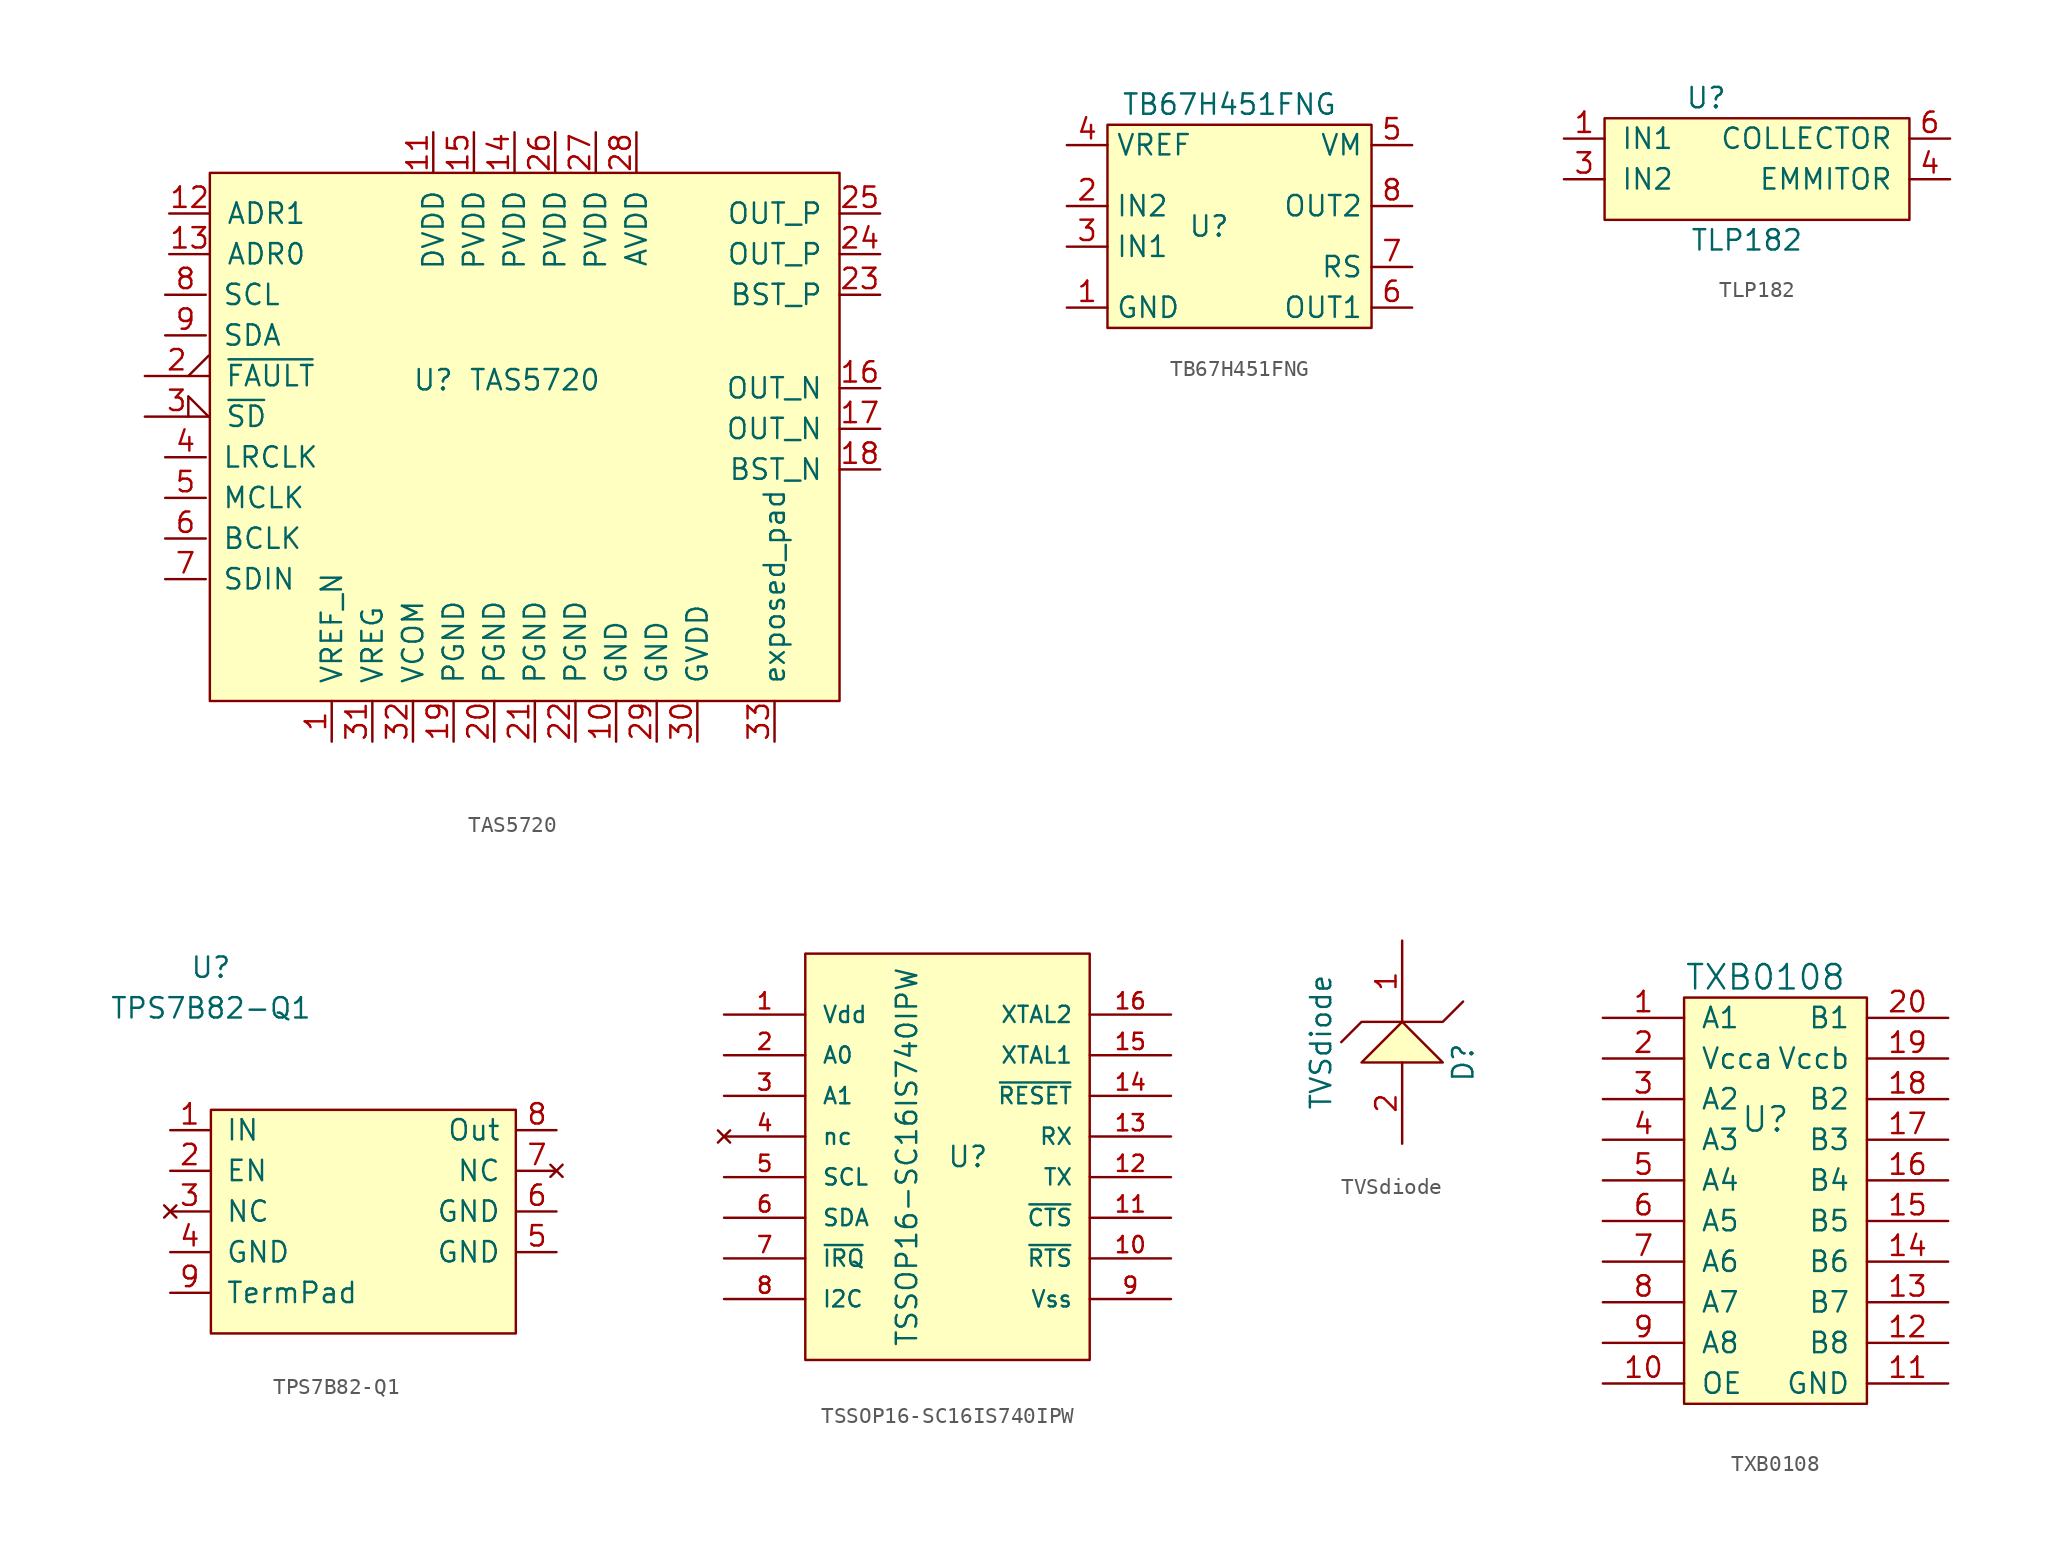
<source format=kicad_sym>
(kicad_symbol_lib
  (version 20201005)
  (generator kicad_symbol_editor)
  (symbol "Halfgelijders:TAS5720"
    (pin_names
      (offset 1.016))
    (property "Reference" "U"
      (at -5.334 2.286 0)
      (effects (font (size 1.27 1.27))))
    (property "Value" "TAS5720"
      (at 1.016 2.286 0)
      (effects (font (size 1.27 1.27))))
    (symbol "TAS5720_0_1"
      (rectangle (start -19.304 15.24) (end 20.066 -17.78) (stroke (width 0)) (fill (type background))))
    (symbol "TAS5720_1_1"
      (pin power_out line (at -11.684 -20.32 90) (length 2.54) (name "VREF_N" (effects (font (size 1.27 1.27)))) (number "1" (effects (font (size 1.27 1.27)))))
      (pin power_out line (at 6.096 -20.32 90) (length 2.54) (name "GND" (effects (font (size 1.27 1.27)))) (number "10" (effects (font (size 1.27 1.27)))))
      (pin power_in line (at -5.334 17.78 270) (length 2.54) (name "DVDD" (effects (font (size 1.27 1.27)))) (number "11" (effects (font (size 1.27 1.27)))))
      (pin input line (at -21.844 12.7 0) (length 2.54) (name "ADR1" (effects (font (size 1.27 1.27)))) (number "12" (effects (font (size 1.27 1.27)))))
      (pin input line (at -21.844 10.16 0) (length 2.54) (name "ADR0" (effects (font (size 1.27 1.27)))) (number "13" (effects (font (size 1.27 1.27)))))
      (pin power_in line (at -0.254 17.78 270) (length 2.54) (name "PVDD" (effects (font (size 1.27 1.27)))) (number "14" (effects (font (size 1.27 1.27)))))
      (pin power_in line (at -2.794 17.78 270) (length 2.54) (name "PVDD" (effects (font (size 1.27 1.27)))) (number "15" (effects (font (size 1.27 1.27)))))
      (pin output line (at 22.606 1.778 180) (length 2.54) (name "OUT_N" (effects (font (size 1.27 1.27)))) (number "16" (effects (font (size 1.27 1.27)))))
      (pin output line (at 22.606 -0.762 180) (length 2.54) (name "OUT_N" (effects (font (size 1.27 1.27)))) (number "17" (effects (font (size 1.27 1.27)))))
      (pin output line (at 22.606 -3.302 180) (length 2.54) (name "BST_N" (effects (font (size 1.27 1.27)))) (number "18" (effects (font (size 1.27 1.27)))))
      (pin power_out line (at -4.064 -20.32 90) (length 2.54) (name "PGND" (effects (font (size 1.27 1.27)))) (number "19" (effects (font (size 1.27 1.27)))))
      (pin output output_low (at -23.368 2.54 0) (length 3.988) (name "~FAULT" (effects (font (size 1.27 1.27)))) (number "2" (effects (font (size 1.27 1.27)))))
      (pin power_out line (at -1.524 -20.32 90) (length 2.54) (name "PGND" (effects (font (size 1.27 1.27)))) (number "20" (effects (font (size 1.27 1.27)))))
      (pin power_out line (at 1.016 -20.32 90) (length 2.54) (name "PGND" (effects (font (size 1.27 1.27)))) (number "21" (effects (font (size 1.27 1.27)))))
      (pin open_collector line (at 3.556 -20.32 90) (length 2.54) (name "PGND" (effects (font (size 1.27 1.27)))) (number "22" (effects (font (size 1.27 1.27)))))
      (pin output line (at 22.606 7.62 180) (length 2.54) (name "BST_P" (effects (font (size 1.27 1.27)))) (number "23" (effects (font (size 1.27 1.27)))))
      (pin output line (at 22.606 10.16 180) (length 2.54) (name "OUT_P" (effects (font (size 1.27 1.27)))) (number "24" (effects (font (size 1.27 1.27)))))
      (pin output line (at 22.606 12.7 180) (length 2.54) (name "OUT_P" (effects (font (size 1.27 1.27)))) (number "25" (effects (font (size 1.27 1.27)))))
      (pin power_in line (at 2.286 17.78 270) (length 2.54) (name "PVDD" (effects (font (size 1.27 1.27)))) (number "26" (effects (font (size 1.27 1.27)))))
      (pin power_in line (at 4.826 17.78 270) (length 2.54) (name "PVDD" (effects (font (size 1.27 1.27)))) (number "27" (effects (font (size 1.27 1.27)))))
      (pin power_in line (at 7.366 17.78 270) (length 2.54) (name "AVDD" (effects (font (size 1.27 1.27)))) (number "28" (effects (font (size 1.27 1.27)))))
      (pin power_out line (at 8.636 -20.32 90) (length 2.54) (name "GND" (effects (font (size 1.27 1.27)))) (number "29" (effects (font (size 1.27 1.27)))))
      (pin input input_low (at -23.368 0 0) (length 3.988) (name "~SD" (effects (font (size 1.27 1.27)))) (number "3" (effects (font (size 1.27 1.27)))))
      (pin power_out line (at 11.176 -20.32 90) (length 2.54) (name "GVDD" (effects (font (size 1.27 1.27)))) (number "30" (effects (font (size 1.27 1.27)))))
      (pin power_out line (at -9.144 -20.32 90) (length 2.54) (name "VREG" (effects (font (size 1.27 1.27)))) (number "31" (effects (font (size 1.27 1.27)))))
      (pin power_out line (at -6.604 -20.32 90) (length 2.54) (name "VCOM" (effects (font (size 1.27 1.27)))) (number "32" (effects (font (size 1.27 1.27)))))
      (pin power_out line (at 16.002 -20.32 90) (length 2.54) (name "exposed_pad" (effects (font (size 1.27 1.27)))) (number "33" (effects (font (size 1.27 1.27)))))
      (pin input line (at -22.098 -2.54 0) (length 2.54) (name "LRCLK" (effects (font (size 1.27 1.27)))) (number "4" (effects (font (size 1.27 1.27)))))
      (pin input line (at -22.098 -5.08 0) (length 2.54) (name "MCLK" (effects (font (size 1.27 1.27)))) (number "5" (effects (font (size 1.27 1.27)))))
      (pin input line (at -22.098 -7.62 0) (length 2.54) (name "BCLK" (effects (font (size 1.27 1.27)))) (number "6" (effects (font (size 1.27 1.27)))))
      (pin input line (at -22.098 -10.16 0) (length 2.54) (name "SDIN" (effects (font (size 1.27 1.27)))) (number "7" (effects (font (size 1.27 1.27)))))
      (pin input line (at -22.098 7.62 0) (length 2.54) (name "SCL" (effects (font (size 1.27 1.27)))) (number "8" (effects (font (size 1.27 1.27)))))
      (pin input line (at -22.098 5.08 0) (length 2.54) (name "SDA" (effects (font (size 1.27 1.27)))) (number "9" (effects (font (size 1.27 1.27)))))))
  (symbol "Halfgelijders:TB67H451FNG"
    (property "Reference" "U"
      (at 6.35 -2.54 0)
      (effects (font (size 1.27 1.27))))
    (property "Value" "TB67H451FNG"
      (at 7.62 5.08 0)
      (effects (font (size 1.27 1.27))))
    (symbol "TB67H451FNG_0_1"
      (rectangle (start 0 3.81) (end 16.51 -8.89) (stroke (width 0.152)) (fill (type background))))
    (symbol "TB67H451FNG_1_1"
      (pin power_out line (at -2.54 -7.62 0) (length 2.54) (name "GND" (effects (font (size 1.27 1.27)))) (number "1" (effects (font (size 1.27 1.27)))))
      (pin input line (at -2.54 -1.27 0) (length 2.54) (name "IN2" (effects (font (size 1.27 1.27)))) (number "2" (effects (font (size 1.27 1.27)))))
      (pin input line (at -2.54 -3.81 0) (length 2.54) (name "IN1" (effects (font (size 1.27 1.27)))) (number "3" (effects (font (size 1.27 1.27)))))
      (pin power_in line (at -2.54 2.54 0) (length 2.54) (name "VREF" (effects (font (size 1.27 1.27)))) (number "4" (effects (font (size 1.27 1.27)))))
      (pin power_in line (at 19.05 2.54 180) (length 2.54) (name "VM" (effects (font (size 1.27 1.27)))) (number "5" (effects (font (size 1.27 1.27)))))
      (pin output line (at 19.05 -7.62 180) (length 2.54) (name "OUT1" (effects (font (size 1.27 1.27)))) (number "6" (effects (font (size 1.27 1.27)))))
      (pin output line (at 19.05 -5.08 180) (length 2.54) (name "RS" (effects (font (size 1.27 1.27)))) (number "7" (effects (font (size 1.27 1.27)))))
      (pin output line (at 19.05 -1.27 180) (length 2.54) (name "OUT2" (effects (font (size 1.27 1.27)))) (number "8" (effects (font (size 1.27 1.27)))))
      (pin power_out line (at -2.54 -7.62 0) (length 2.54) hide (name "GND" (effects (font (size 1.27 1.27)))) (number "9" (effects (font (size 1.27 1.27)))))))
  (symbol "Halfgelijders:TLP182"
    (pin_names
      (offset 1.016))
    (property "Reference" "U"
      (at 6.35 2.54 0)
      (effects (font (size 1.27 1.27))))
    (property "Value" "TLP182"
      (at 8.89 -6.35 0)
      (effects (font (size 1.27 1.27))))
    (symbol "TLP182_0_1"
      (rectangle (start 0 1.27) (end 19.05 -5.08) (stroke (width 0)) (fill (type background))))
    (symbol "TLP182_1_1"
      (pin passive line (at -2.54 0 0) (length 2.54) (name "IN1" (effects (font (size 1.27 1.27)))) (number "1" (effects (font (size 1.27 1.27)))))
      (pin passive line (at -2.54 -2.54 0) (length 2.54) (name "IN2" (effects (font (size 1.27 1.27)))) (number "3" (effects (font (size 1.27 1.27)))))
      (pin passive line (at 21.59 -2.54 180) (length 2.54) (name "EMMITOR" (effects (font (size 1.27 1.27)))) (number "4" (effects (font (size 1.27 1.27)))))
      (pin passive line (at 21.59 0 180) (length 2.54) (name "COLLECTOR" (effects (font (size 1.27 1.27)))) (number "6" (effects (font (size 1.27 1.27)))))))
  (symbol "Halfgelijders:TPS7B82-Q1"
    (pin_names
      (offset 1.016))
    (property "Reference" "U"
      (at 0 10.16 0)
      (effects (font (size 1.27 1.27))))
    (property "Value" "TPS7B82-Q1"
      (at 0 7.62 0)
      (effects (font (size 1.27 1.27))))
    (symbol "TPS7B82-Q1_0_1"
      (rectangle (start 0 1.27) (end 19.05 -12.7) (stroke (width 0)) (fill (type background))))
    (symbol "TPS7B82-Q1_1_1"
      (pin power_in line (at -2.54 0 0) (length 2.438) (name "IN" (effects (font (size 1.27 1.27)))) (number "1" (effects (font (size 1.27 1.27)))))
      (pin input line (at -2.54 -2.54 0) (length 2.438) (name "EN" (effects (font (size 1.27 1.27)))) (number "2" (effects (font (size 1.27 1.27)))))
      (pin no_connect line (at -2.54 -5.08 0) (length 2.438) (name "NC" (effects (font (size 1.27 1.27)))) (number "3" (effects (font (size 1.27 1.27)))))
      (pin power_out line (at -2.54 -7.62 0) (length 2.438) (name "GND" (effects (font (size 1.27 1.27)))) (number "4" (effects (font (size 1.27 1.27)))))
      (pin power_out line (at 21.59 -7.62 180) (length 2.438) (name "GND" (effects (font (size 1.27 1.27)))) (number "5" (effects (font (size 1.27 1.27)))))
      (pin power_out line (at 21.59 -5.08 180) (length 2.438) (name "GND" (effects (font (size 1.27 1.27)))) (number "6" (effects (font (size 1.27 1.27)))))
      (pin no_connect line (at 21.59 -2.54 180) (length 2.438) (name "NC" (effects (font (size 1.27 1.27)))) (number "7" (effects (font (size 1.27 1.27)))))
      (pin power_out line (at 21.59 0 180) (length 2.438) (name "Out" (effects (font (size 1.27 1.27)))) (number "8" (effects (font (size 1.27 1.27)))))
      (pin power_out line (at -2.54 -10.16 0) (length 2.438) (name "TermPad" (effects (font (size 1.27 1.27)))) (number "9" (effects (font (size 1.27 1.27)))))))
  (symbol "Halfgelijders:TSSOP16-SC16IS740IPW"
    (pin_names
      (offset 1.016))
    (property "Reference" "U"
      (at 10.16 2.54 0)
      (effects (font (size 1.27 1.27))))
    (property "Value" "TSSOP16-SC16IS740IPW"
      (at 6.35 2.54 90)
      (effects (font (size 1.27 1.27))))
    (symbol "TSSOP16-SC16IS740IPW_0_1"
      (rectangle (start 0 15.24) (end 17.78 -10.16) (stroke (width 0)) (fill (type background))))
    (symbol "TSSOP16-SC16IS740IPW_1_1"
      (pin power_in line (at -5.08 11.43 0) (length 5.08) (name "Vdd" (effects (font (size 1.016 1.016)))) (number "1" (effects (font (size 1.016 1.016)))))
      (pin bidirectional line (at 22.86 -3.81 180) (length 5.08) (name "~RTS" (effects (font (size 1.016 1.016)))) (number "10" (effects (font (size 1.016 1.016)))))
      (pin bidirectional line (at 22.86 -1.27 180) (length 5.08) (name "~CTS" (effects (font (size 1.016 1.016)))) (number "11" (effects (font (size 1.016 1.016)))))
      (pin bidirectional line (at 22.86 1.27 180) (length 5.08) (name "TX" (effects (font (size 1.016 1.016)))) (number "12" (effects (font (size 1.016 1.016)))))
      (pin bidirectional line (at 22.86 3.81 180) (length 5.08) (name "RX" (effects (font (size 1.016 1.016)))) (number "13" (effects (font (size 1.016 1.016)))))
      (pin power_out line (at 22.86 6.35 180) (length 5.08) (name "~RESET" (effects (font (size 1.016 1.016)))) (number "14" (effects (font (size 1.016 1.016)))))
      (pin bidirectional line (at 22.86 8.89 180) (length 5.08) (name "XTAL1" (effects (font (size 1.016 1.016)))) (number "15" (effects (font (size 1.016 1.016)))))
      (pin bidirectional line (at 22.86 11.43 180) (length 5.08) (name "XTAL2" (effects (font (size 1.016 1.016)))) (number "16" (effects (font (size 1.016 1.016)))))
      (pin power_in line (at -5.08 8.89 0) (length 5.08) (name "A0" (effects (font (size 1.016 1.016)))) (number "2" (effects (font (size 1.016 1.016)))))
      (pin power_in line (at -5.08 6.35 0) (length 5.08) (name "A1" (effects (font (size 1.016 1.016)))) (number "3" (effects (font (size 1.016 1.016)))))
      (pin no_connect line (at -5.08 3.81 0) (length 5.08) (name "nc" (effects (font (size 1.016 1.016)))) (number "4" (effects (font (size 1.016 1.016)))))
      (pin bidirectional line (at -5.08 1.27 0) (length 5.08) (name "SCL" (effects (font (size 1.016 1.016)))) (number "5" (effects (font (size 1.016 1.016)))))
      (pin bidirectional line (at -5.08 -1.27 0) (length 5.08) (name "SDA" (effects (font (size 1.016 1.016)))) (number "6" (effects (font (size 1.016 1.016)))))
      (pin bidirectional line (at -5.08 -3.81 0) (length 5.08) (name "~IRQ" (effects (font (size 1.016 1.016)))) (number "7" (effects (font (size 1.016 1.016)))))
      (pin bidirectional line (at -5.08 -6.35 0) (length 5.08) (name "I2C" (effects (font (size 1.016 1.016)))) (number "8" (effects (font (size 1.016 1.016)))))
      (pin power_out line (at 22.86 -6.35 180) (length 5.08) (name "Vss" (effects (font (size 1.016 1.016)))) (number "9" (effects (font (size 1.016 1.016)))))))
  (symbol "Halfgelijders:TVSdiode"
    (pin_names
      (offset 1.016))
    (property "Reference" "D"
      (at 3.81 -1.27 90)
      (effects (font (size 1.27 1.27))))
    (property "Value" "TVSdiode"
      (at -5.08 0 90)
      (effects (font (size 1.27 1.27))))
    (symbol "TVSdiode_0_1"
      (polyline (pts (xy 0 1.27) (xy -2.54 1.27) (xy -3.81 0)) (stroke (width 0)) (fill (type none)))
      (polyline (pts (xy 0 1.27) (xy 2.54 1.27) (xy 3.81 2.54)) (stroke (width 0)) (fill (type none)))
      (polyline (pts (xy -2.54 -1.27) (xy 0 1.27) (xy 2.54 -1.27) (xy -2.54 -1.27)) (stroke (width 0)) (fill (type background))))
    (symbol "TVSdiode_1_1"
      (pin input line (at 0 6.35 270) (length 5.08) (name "~" (effects (font (size 1.27 1.27)))) (number "1" (effects (font (size 1.27 1.27)))))
      (pin input line (at 0 -6.35 90) (length 5.08) (name "~" (effects (font (size 1.27 1.27)))) (number "2" (effects (font (size 1.27 1.27)))))))
  (symbol "Halfgelijders:TXB0108"
    (pin_names
      (offset 1.016))
    (property "Reference" "U"
      (at 5.08 13.97 0)
      (effects (font (size 1.524 1.524))))
    (property "Value" "TXB0108"
      (at 5.08 22.86 0)
      (effects (font (size 1.524 1.524))))
    (symbol "TXB0108_0_1"
      (rectangle (start 0 21.59) (end 11.43 -3.81) (stroke (width 0)) (fill (type background))))
    (symbol "TXB0108_1_1"
      (pin input line (at -5.08 20.32 0) (length 5.08) (name "A1" (effects (font (size 1.27 1.27)))) (number "1" (effects (font (size 1.27 1.27)))))
      (pin input line (at -5.08 -2.54 0) (length 5.08) (name "OE" (effects (font (size 1.27 1.27)))) (number "10" (effects (font (size 1.27 1.27)))))
      (pin input line (at 16.51 -2.54 180) (length 5.08) (name "GND" (effects (font (size 1.27 1.27)))) (number "11" (effects (font (size 1.27 1.27)))))
      (pin input line (at 16.51 0 180) (length 5.08) (name "B8" (effects (font (size 1.27 1.27)))) (number "12" (effects (font (size 1.27 1.27)))))
      (pin input line (at 16.51 2.54 180) (length 5.08) (name "B7" (effects (font (size 1.27 1.27)))) (number "13" (effects (font (size 1.27 1.27)))))
      (pin input line (at 16.51 5.08 180) (length 5.08) (name "B6" (effects (font (size 1.27 1.27)))) (number "14" (effects (font (size 1.27 1.27)))))
      (pin input line (at 16.51 7.62 180) (length 5.08) (name "B5" (effects (font (size 1.27 1.27)))) (number "15" (effects (font (size 1.27 1.27)))))
      (pin input line (at 16.51 10.16 180) (length 5.08) (name "B4" (effects (font (size 1.27 1.27)))) (number "16" (effects (font (size 1.27 1.27)))))
      (pin input line (at 16.51 12.7 180) (length 5.08) (name "B3" (effects (font (size 1.27 1.27)))) (number "17" (effects (font (size 1.27 1.27)))))
      (pin input line (at 16.51 15.24 180) (length 5.08) (name "B2" (effects (font (size 1.27 1.27)))) (number "18" (effects (font (size 1.27 1.27)))))
      (pin input line (at 16.51 17.78 180) (length 5.08) (name "Vccb" (effects (font (size 1.27 1.27)))) (number "19" (effects (font (size 1.27 1.27)))))
      (pin input line (at -5.08 17.78 0) (length 5.08) (name "Vcca" (effects (font (size 1.27 1.27)))) (number "2" (effects (font (size 1.27 1.27)))))
      (pin input line (at 16.51 20.32 180) (length 5.08) (name "B1" (effects (font (size 1.27 1.27)))) (number "20" (effects (font (size 1.27 1.27)))))
      (pin input line (at -5.08 15.24 0) (length 5.08) (name "A2" (effects (font (size 1.27 1.27)))) (number "3" (effects (font (size 1.27 1.27)))))
      (pin input line (at -5.08 12.7 0) (length 5.08) (name "A3" (effects (font (size 1.27 1.27)))) (number "4" (effects (font (size 1.27 1.27)))))
      (pin input line (at -5.08 10.16 0) (length 5.08) (name "A4" (effects (font (size 1.27 1.27)))) (number "5" (effects (font (size 1.27 1.27)))))
      (pin input line (at -5.08 7.62 0) (length 5.08) (name "A5" (effects (font (size 1.27 1.27)))) (number "6" (effects (font (size 1.27 1.27)))))
      (pin input line (at -5.08 5.08 0) (length 5.08) (name "A6" (effects (font (size 1.27 1.27)))) (number "7" (effects (font (size 1.27 1.27)))))
      (pin input line (at -5.08 2.54 0) (length 5.08) (name "A7" (effects (font (size 1.27 1.27)))) (number "8" (effects (font (size 1.27 1.27)))))
      (pin input line (at -5.08 0 0) (length 5.08) (name "A8" (effects (font (size 1.27 1.27)))) (number "9" (effects (font (size 1.27 1.27))))))))
</source>
